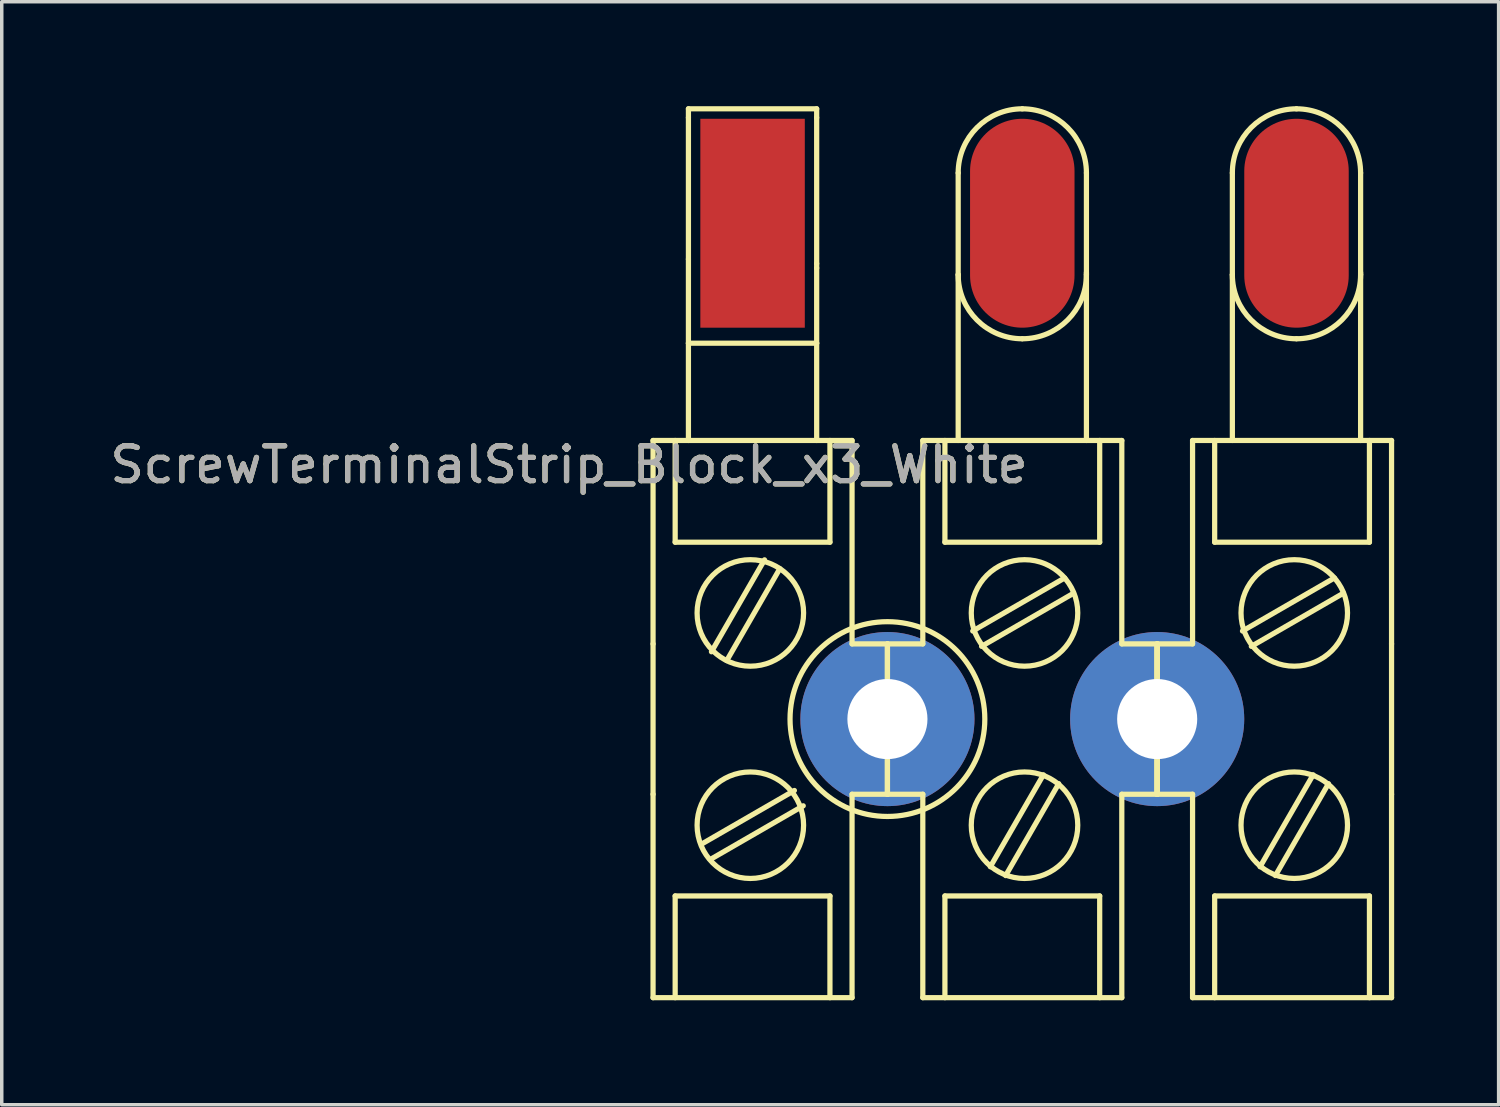
<source format=kicad_pcb>
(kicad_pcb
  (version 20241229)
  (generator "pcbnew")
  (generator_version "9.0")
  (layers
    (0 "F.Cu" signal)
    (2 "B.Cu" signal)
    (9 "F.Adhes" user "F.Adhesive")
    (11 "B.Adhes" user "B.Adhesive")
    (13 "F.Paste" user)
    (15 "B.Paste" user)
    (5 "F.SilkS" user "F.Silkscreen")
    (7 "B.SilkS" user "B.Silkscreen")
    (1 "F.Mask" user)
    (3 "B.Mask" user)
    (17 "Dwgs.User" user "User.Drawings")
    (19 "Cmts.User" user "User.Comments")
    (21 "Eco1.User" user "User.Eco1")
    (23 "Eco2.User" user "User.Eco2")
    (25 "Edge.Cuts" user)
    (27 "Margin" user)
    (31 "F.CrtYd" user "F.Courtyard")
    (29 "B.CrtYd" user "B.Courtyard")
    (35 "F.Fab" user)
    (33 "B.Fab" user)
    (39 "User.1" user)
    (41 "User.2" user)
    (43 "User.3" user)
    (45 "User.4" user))
  (footprint "ScrewTerminalStrip_Block_x3_White"
    (layer "F.Cu")
    (at 22.436 17.601)
    (property "Reference" "ScrewTerminalStrip_Block_x3_White" (at -9.144 -7.303 180) (layer "F.SilkS") (effects (font (size 1 1) (thickness 0.15))))
    (attr through_hole)
    (fp_line (start -6.731 -8.001) (end -1.016 -8.001) (stroke (width 0.15) (type solid)) (layer "F.SilkS"))
    (fp_line (start -6.731 -2.159) (end -6.731 -8.001) (stroke (width 0.15) (type solid)) (layer "F.SilkS"))
    (fp_line (start -6.731 -2.159) (end -6.731 2.159) (stroke (width 0.15) (type solid)) (layer "F.SilkS"))
    (fp_line (start -6.731 2.159) (end -6.731 8.001) (stroke (width 0.15) (type solid)) (layer "F.SilkS"))
    (fp_line (start -6.731 8.001) (end -1.016 8.001) (stroke (width 0.15) (type solid)) (layer "F.SilkS"))
    (fp_line (start -6.096 -8.001) (end -6.096 -5.08) (stroke (width 0.15) (type solid)) (layer "F.SilkS"))
    (fp_line (start -6.096 -5.08) (end -1.651 -5.08) (stroke (width 0.15) (type solid)) (layer "F.SilkS"))
    (fp_line (start -6.096 5.08) (end -6.096 8.001) (stroke (width 0.15) (type solid)) (layer "F.SilkS"))
    (fp_line (start -5.715 -17.526) (end -2.032 -17.526) (stroke (width 0.15) (type solid)) (layer "F.SilkS"))
    (fp_line (start -5.715 -17.272) (end -5.715 -17.526) (stroke (width 0.15) (type solid)) (layer "F.SilkS"))
    (fp_line (start -5.715 -17.272) (end -5.715 -13.208) (stroke (width 0.15) (type solid)) (layer "F.SilkS"))
    (fp_line (start -5.715 -10.795) (end -5.715 -13.208) (stroke (width 0.15) (type solid)) (layer "F.SilkS"))
    (fp_line (start -5.715 -10.795) (end -5.715 -8.001) (stroke (width 0.15) (type solid)) (layer "F.SilkS"))
    (fp_line (start -5.715 -10.795) (end -2.032 -10.795) (stroke (width 0.15) (type solid)) (layer "F.SilkS"))
    (fp_line (start -5.312 3.575) (end -2.672 2.051) (stroke (width 0.15) (type solid)) (layer "F.SilkS"))
    (fp_line (start -5.058 4.015) (end -2.418 2.491) (stroke (width 0.15) (type solid)) (layer "F.SilkS"))
    (fp_line (start -5.054 -1.933) (end -3.53 -4.573) (stroke (width 0.15) (type solid)) (layer "F.SilkS"))
    (fp_line (start -4.615 -1.679) (end -3.091 -4.319) (stroke (width 0.15) (type solid)) (layer "F.SilkS"))
    (fp_line (start -2.032 -17.526) (end -2.032 -17.272) (stroke (width 0.15) (type solid)) (layer "F.SilkS"))
    (fp_line (start -2.032 -17.272) (end -2.032 -13.081) (stroke (width 0.15) (type solid)) (layer "F.SilkS"))
    (fp_line (start -2.032 -13.081) (end -2.032 -12.954) (stroke (width 0.15) (type solid)) (layer "F.SilkS"))
    (fp_line (start -2.032 -12.954) (end -2.032 -10.795) (stroke (width 0.15) (type solid)) (layer "F.SilkS"))
    (fp_line (start -2.032 -10.795) (end -2.032 -8.001) (stroke (width 0.15) (type solid)) (layer "F.SilkS"))
    (fp_line (start -1.651 -5.08) (end -1.651 -8.001) (stroke (width 0.15) (type solid)) (layer "F.SilkS"))
    (fp_line (start -1.651 5.08) (end -6.096 5.08) (stroke (width 0.15) (type solid)) (layer "F.SilkS"))
    (fp_line (start -1.651 8.001) (end -1.651 5.08) (stroke (width 0.15) (type solid)) (layer "F.SilkS"))
    (fp_line (start -1.016 -2.159) (end -1.016 -8.001) (stroke (width 0.15) (type solid)) (layer "F.SilkS"))
    (fp_line (start -1.016 -2.159) (end 0 -2.159) (stroke (width 0.15) (type solid)) (layer "F.SilkS"))
    (fp_line (start -1.016 2.159) (end 0 2.159) (stroke (width 0.15) (type solid)) (layer "F.SilkS"))
    (fp_line (start -1.016 8.001) (end -1.016 2.159) (stroke (width 0.15) (type solid)) (layer "F.SilkS"))
    (fp_line (start 0 -2.159) (end 0 -1.016) (stroke (width 0.15) (type solid)) (layer "F.SilkS"))
    (fp_line (start 0 -2.159) (end 0 -1.016) (stroke (width 0.15) (type solid)) (layer "F.SilkS"))
    (fp_line (start 0 1.016) (end 0 2.159) (stroke (width 0.15) (type solid)) (layer "F.SilkS"))
    (fp_line (start 0 1.016) (end 0 2.159) (stroke (width 0.15) (type solid)) (layer "F.SilkS"))
    (fp_line (start 1.016 -8.001) (end 6.731 -8.001) (stroke (width 0.15) (type solid)) (layer "F.SilkS"))
    (fp_line (start 1.016 -2.159) (end 0 -2.159) (stroke (width 0.15) (type solid)) (layer "F.SilkS"))
    (fp_line (start 1.016 -2.159) (end 1.016 -8.001) (stroke (width 0.15) (type solid)) (layer "F.SilkS"))
    (fp_line (start 1.016 2.159) (end 0 2.159) (stroke (width 0.15) (type solid)) (layer "F.SilkS"))
    (fp_line (start 1.016 2.159) (end 1.016 8.001) (stroke (width 0.15) (type solid)) (layer "F.SilkS"))
    (fp_line (start 1.016 8.001) (end 6.731 8.001) (stroke (width 0.15) (type solid)) (layer "F.SilkS"))
    (fp_line (start 1.651 -8.001) (end 1.651 -5.08) (stroke (width 0.15) (type solid)) (layer "F.SilkS"))
    (fp_line (start 1.651 -5.08) (end 6.096 -5.08) (stroke (width 0.15) (type solid)) (layer "F.SilkS"))
    (fp_line (start 1.651 5.08) (end 1.651 8.001) (stroke (width 0.15) (type solid)) (layer "F.SilkS"))
    (fp_line (start 2.032 -15.684) (end 2.032 -12.764) (stroke (width 0.15) (type solid)) (layer "F.SilkS"))
    (fp_line (start 2.032 -12.764) (end 2.032 -8.001) (stroke (width 0.15) (type solid)) (layer "F.SilkS"))
    (fp_line (start 2.45 -2.529) (end 5.09 -4.053) (stroke (width 0.15) (type solid)) (layer "F.SilkS"))
    (fp_line (start 2.704 -2.089) (end 5.344 -3.613) (stroke (width 0.15) (type solid)) (layer "F.SilkS"))
    (fp_line (start 2.955 4.241) (end 4.479 1.601) (stroke (width 0.15) (type solid)) (layer "F.SilkS"))
    (fp_line (start 3.395 4.495) (end 4.919 1.855) (stroke (width 0.15) (type solid)) (layer "F.SilkS"))
    (fp_line (start 5.715 -15.684) (end 5.715 -12.764) (stroke (width 0.15) (type solid)) (layer "F.SilkS"))
    (fp_line (start 5.715 -12.827) (end 5.715 -8.001) (stroke (width 0.15) (type solid)) (layer "F.SilkS"))
    (fp_line (start 6.096 -5.08) (end 6.096 -8.001) (stroke (width 0.15) (type solid)) (layer "F.SilkS"))
    (fp_line (start 6.096 5.08) (end 1.651 5.08) (stroke (width 0.15) (type solid)) (layer "F.SilkS"))
    (fp_line (start 6.096 8.001) (end 6.096 5.08) (stroke (width 0.15) (type solid)) (layer "F.SilkS"))
    (fp_line (start 6.731 -2.159) (end 6.731 -8.001) (stroke (width 0.15) (type solid)) (layer "F.SilkS"))
    (fp_line (start 6.731 -2.159) (end 7.747 -2.159) (stroke (width 0.15) (type solid)) (layer "F.SilkS"))
    (fp_line (start 6.731 2.159) (end 7.747 2.159) (stroke (width 0.15) (type solid)) (layer "F.SilkS"))
    (fp_line (start 6.731 8.001) (end 6.731 2.159) (stroke (width 0.15) (type solid)) (layer "F.SilkS"))
    (fp_line (start 7.747 -2.159) (end 7.747 -1.016) (stroke (width 0.15) (type solid)) (layer "F.SilkS"))
    (fp_line (start 7.747 -2.159) (end 7.747 -1.016) (stroke (width 0.15) (type solid)) (layer "F.SilkS"))
    (fp_line (start 7.747 -2.159) (end 7.747 -1.016) (stroke (width 0.15) (type solid)) (layer "F.SilkS"))
    (fp_line (start 7.747 -2.159) (end 7.747 -1.016) (stroke (width 0.15) (type solid)) (layer "F.SilkS"))
    (fp_line (start 7.747 1.016) (end 7.747 2.159) (stroke (width 0.15) (type solid)) (layer "F.SilkS"))
    (fp_line (start 7.747 1.016) (end 7.747 2.159) (stroke (width 0.15) (type solid)) (layer "F.SilkS"))
    (fp_line (start 7.747 1.016) (end 7.747 2.159) (stroke (width 0.15) (type solid)) (layer "F.SilkS"))
    (fp_line (start 7.747 1.016) (end 7.747 2.159) (stroke (width 0.15) (type solid)) (layer "F.SilkS"))
    (fp_line (start 8.763 -8.001) (end 14.478 -8.001) (stroke (width 0.15) (type solid)) (layer "F.SilkS"))
    (fp_line (start 8.763 -2.159) (end 7.747 -2.159) (stroke (width 0.15) (type solid)) (layer "F.SilkS"))
    (fp_line (start 8.763 -2.159) (end 8.763 -8.001) (stroke (width 0.15) (type solid)) (layer "F.SilkS"))
    (fp_line (start 8.763 2.159) (end 7.747 2.159) (stroke (width 0.15) (type solid)) (layer "F.SilkS"))
    (fp_line (start 8.763 2.159) (end 8.763 8.001) (stroke (width 0.15) (type solid)) (layer "F.SilkS"))
    (fp_line (start 8.763 8.001) (end 14.478 8.001) (stroke (width 0.15) (type solid)) (layer "F.SilkS"))
    (fp_line (start 9.398 -8.001) (end 9.398 -5.08) (stroke (width 0.15) (type solid)) (layer "F.SilkS"))
    (fp_line (start 9.398 -5.08) (end 13.843 -5.08) (stroke (width 0.15) (type solid)) (layer "F.SilkS"))
    (fp_line (start 9.398 5.08) (end 9.398 8.001) (stroke (width 0.15) (type solid)) (layer "F.SilkS"))
    (fp_line (start 9.906 -15.684) (end 9.906 -12.764) (stroke (width 0.15) (type solid)) (layer "F.SilkS"))
    (fp_line (start 9.906 -12.764) (end 9.906 -8.001) (stroke (width 0.15) (type solid)) (layer "F.SilkS"))
    (fp_line (start 10.197 -2.529) (end 12.837 -4.053) (stroke (width 0.15) (type solid)) (layer "F.SilkS"))
    (fp_line (start 10.451 -2.089) (end 13.091 -3.613) (stroke (width 0.15) (type solid)) (layer "F.SilkS"))
    (fp_line (start 10.702 4.241) (end 12.226 1.601) (stroke (width 0.15) (type solid)) (layer "F.SilkS"))
    (fp_line (start 11.142 4.495) (end 12.666 1.855) (stroke (width 0.15) (type solid)) (layer "F.SilkS"))
    (fp_line (start 13.589 -15.684) (end 13.589 -12.764) (stroke (width 0.15) (type solid)) (layer "F.SilkS"))
    (fp_line (start 13.589 -12.827) (end 13.589 -8.001) (stroke (width 0.15) (type solid)) (layer "F.SilkS"))
    (fp_line (start 13.843 -5.08) (end 13.843 -8.001) (stroke (width 0.15) (type solid)) (layer "F.SilkS"))
    (fp_line (start 13.843 5.08) (end 9.398 5.08) (stroke (width 0.15) (type solid)) (layer "F.SilkS"))
    (fp_line (start 13.843 8.001) (end 13.843 5.08) (stroke (width 0.15) (type solid)) (layer "F.SilkS"))
    (fp_line (start 14.478 -2.159) (end 14.478 -8.001) (stroke (width 0.15) (type solid)) (layer "F.SilkS"))
    (fp_line (start 14.478 2.159) (end 14.478 -2.159) (stroke (width 0.15) (type solid)) (layer "F.SilkS"))
    (fp_line (start 14.478 8.001) (end 14.478 2.159) (stroke (width 0.15) (type solid)) (layer "F.SilkS"))
    (fp_arc (start -1.016 0) (mid -0.71842 -0.71842) (end 0 -1.016) (stroke (width 0.15) (type solid)) (layer "F.SilkS"))
    (fp_arc (start 0 -1.016) (mid 0.71842 -0.71842) (end 1.016 0) (stroke (width 0.15) (type solid)) (layer "F.SilkS"))
    (fp_arc (start 0 1.016) (mid -0.71842 0.71842) (end -1.016 0) (stroke (width 0.15) (type solid)) (layer "F.SilkS"))
    (fp_arc (start 1.016 0) (mid 0.71842 0.71842) (end 0 1.016) (stroke (width 0.15) (type solid)) (layer "F.SilkS"))
    (fp_arc (start 2.032 -15.6845) (mid 2.571363 -16.986637) (end 3.8735 -17.526) (stroke (width 0.15) (type solid)) (layer "F.SilkS"))
    (fp_arc (start 3.8735 -17.526) (mid 5.175637 -16.986637) (end 5.715 -15.6845) (stroke (width 0.15) (type solid)) (layer "F.SilkS"))
    (fp_arc (start 3.8735 -10.922) (mid 2.571363 -11.461363) (end 2.032 -12.7635) (stroke (width 0.15) (type solid)) (layer "F.SilkS"))
    (fp_arc (start 5.715 -12.7635) (mid 5.175637 -11.461363) (end 3.8735 -10.922) (stroke (width 0.15) (type solid)) (layer "F.SilkS"))
    (fp_arc (start 6.731 0) (mid 7.02858 -0.71842) (end 7.747 -1.016) (stroke (width 0.15) (type solid)) (layer "F.SilkS"))
    (fp_arc (start 7.747 -1.016) (mid 8.46542 -0.71842) (end 8.763 0) (stroke (width 0.15) (type solid)) (layer "F.SilkS"))
    (fp_arc (start 7.747 1.016) (mid 7.02858 0.71842) (end 6.731 0) (stroke (width 0.15) (type solid)) (layer "F.SilkS"))
    (fp_arc (start 8.763 0) (mid 8.46542 0.71842) (end 7.747 1.016) (stroke (width 0.15) (type solid)) (layer "F.SilkS"))
    (fp_arc (start 9.906 -15.6845) (mid 10.445363 -16.986637) (end 11.7475 -17.526) (stroke (width 0.15) (type solid)) (layer "F.SilkS"))
    (fp_arc (start 11.7475 -17.526) (mid 13.049637 -16.986637) (end 13.589 -15.6845) (stroke (width 0.15) (type solid)) (layer "F.SilkS"))
    (fp_arc (start 11.7475 -10.922) (mid 10.445363 -11.461363) (end 9.906 -12.7635) (stroke (width 0.15) (type solid)) (layer "F.SilkS"))
    (fp_arc (start 13.589 -12.7635) (mid 13.049637 -11.461363) (end 11.7475 -10.922) (stroke (width 0.15) (type solid)) (layer "F.SilkS"))
    (fp_circle (center -3.937 -3.048) (end -2.413 -3.175) (stroke (width 0.15) (type solid)) (fill no) (layer "F.SilkS"))
    (fp_circle (center -3.937 3.048) (end -2.413 2.921) (stroke (width 0.15) (type solid)) (fill no) (layer "F.SilkS"))
    (fp_circle (center 0 0) (end 2.794 -0.127) (stroke (width 0.15) (type solid)) (fill no) (layer "F.SilkS"))
    (fp_circle (center 3.937 -3.048) (end 5.461 -3.175) (stroke (width 0.15) (type solid)) (fill no) (layer "F.SilkS"))
    (fp_circle (center 3.937 3.048) (end 5.461 2.921) (stroke (width 0.15) (type solid)) (fill no) (layer "F.SilkS"))
    (fp_circle (center 11.684 -3.048) (end 13.208 -3.175) (stroke (width 0.15) (type solid)) (fill no) (layer "F.SilkS"))
    (fp_circle (center 11.684 3.048) (end 13.208 2.921) (stroke (width 0.15) (type solid)) (fill no) (layer "F.SilkS"))
    (fp_text user "${REFERENCE}" (at -9.144 -7.303 0) (layer "F.Fab") (effects (font (size 1 1) (thickness 0.15))))
    (pad "1" smd rect (at -3.873 -14.24) (size 3 6) (layers "F.Cu" "F.Mask" "F.Paste"))
    (pad "2" smd oval (at 3.873 -14.24) (size 3 6) (layers "F.Cu" "F.Mask" "F.Paste"))
    (pad "3" smd oval (at 11.748 -14.24) (size 3 6) (layers "F.Cu" "F.Mask" "F.Paste"))
    (pad "101" thru_hole circle (at 0 0) (size 5 5) (drill 2.3) (layers "*.Cu" "*.Mask"))
    (pad "101" thru_hole circle (at 7.747 0) (size 5 5) (drill 2.3) (layers "*.Cu" "*.Mask"))
    (pad "102" thru_hole circle (at 0 0) (size 1 1) (drill 0.3) (layers "*.Cu" "*.Mask"))
    (pad "102" thru_hole circle (at 7.747 0) (size 1 1) (drill 0.3) (layers "*.Cu" "*.Mask")))
  (gr_rect
    (start -3 -3)
    (end 39.989 28.677)
    (stroke (width 0.1) (type default))
    (fill no)
    (layer "Edge.Cuts")))
</source>
